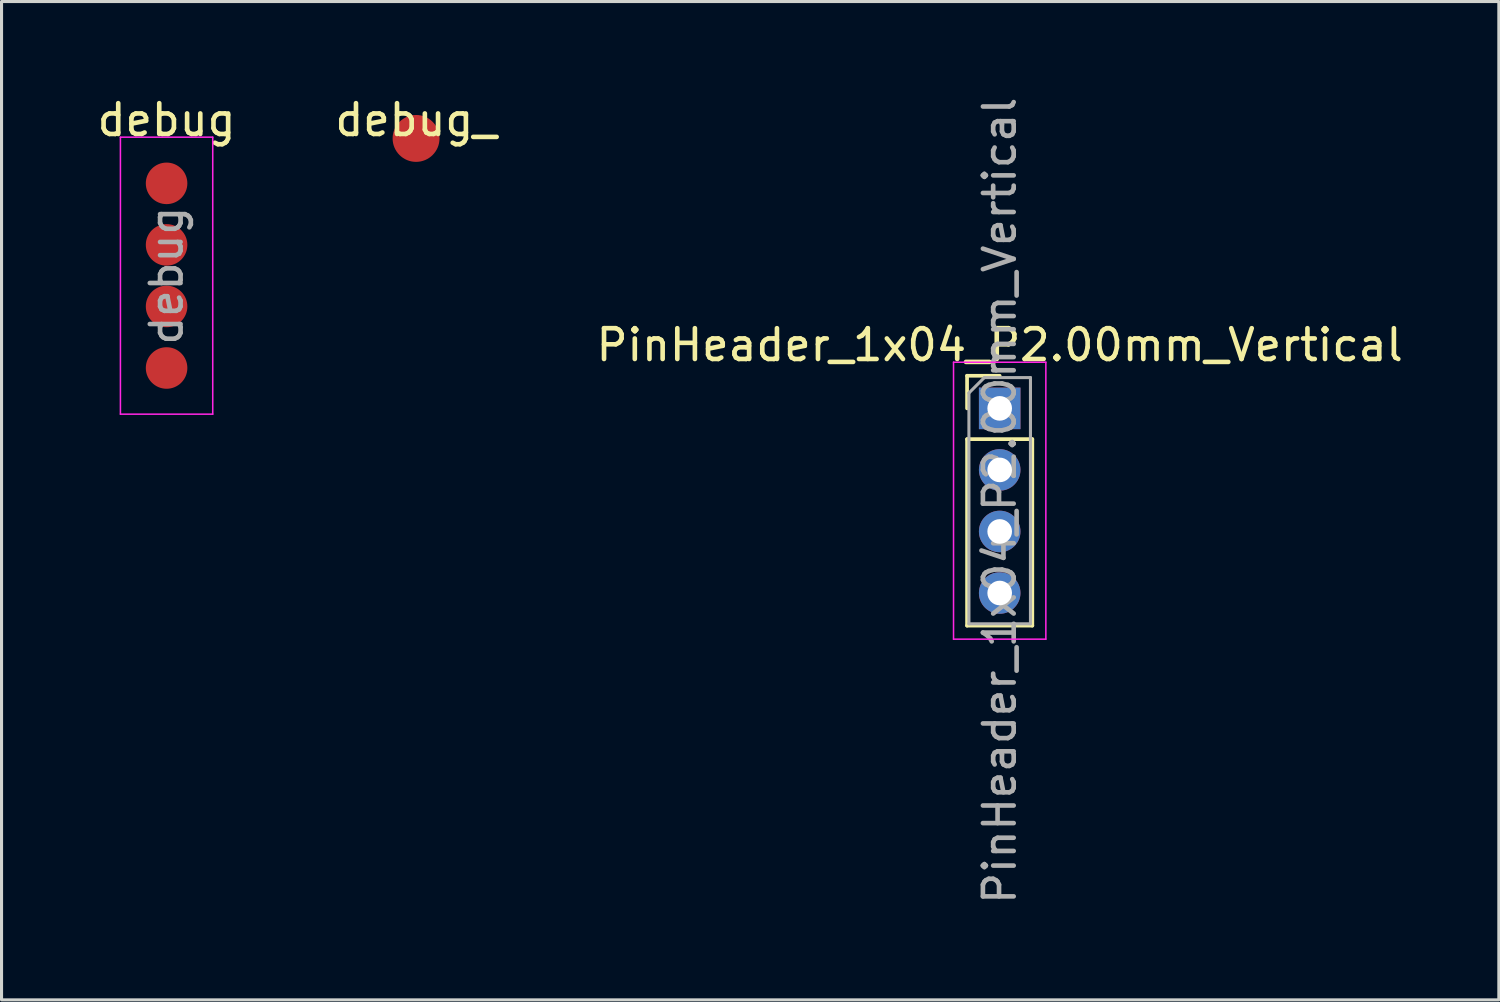
<source format=kicad_pcb>
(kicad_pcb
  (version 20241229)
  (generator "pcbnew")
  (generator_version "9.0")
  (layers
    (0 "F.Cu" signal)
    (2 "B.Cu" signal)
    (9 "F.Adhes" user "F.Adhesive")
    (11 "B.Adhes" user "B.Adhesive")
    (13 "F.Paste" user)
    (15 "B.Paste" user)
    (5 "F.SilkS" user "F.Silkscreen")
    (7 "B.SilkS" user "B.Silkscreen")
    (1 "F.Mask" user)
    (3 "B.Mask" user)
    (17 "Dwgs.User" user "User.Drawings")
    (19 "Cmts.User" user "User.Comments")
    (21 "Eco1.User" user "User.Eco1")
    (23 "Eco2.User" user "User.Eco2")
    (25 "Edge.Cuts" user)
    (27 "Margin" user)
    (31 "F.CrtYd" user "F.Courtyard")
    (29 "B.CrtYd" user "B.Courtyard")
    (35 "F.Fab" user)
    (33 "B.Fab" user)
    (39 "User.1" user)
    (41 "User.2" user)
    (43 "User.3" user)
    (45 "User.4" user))
  (footprint "debug_"
    (layer "F.Cu")
    (at 10.47 1.448)
    (property "Reference" "debug_" (at 0 -0.6 0) (layer "F.SilkS") (effects (font (size 1 1) (thickness 0.15))))
    (attr through_hole)
    (pad "1" smd circle (at 0 0) (size 1.524 1.524) (layers "F.Cu" "F.Mask" "F.Paste")))
  (footprint "debug"
    (layer "F.Cu")
    (at 2.363 2.908)
    (property "Reference" "debug" (at 0 -2.06 0) (layer "F.SilkS") (effects (font (size 1 1) (thickness 0.15))))
    (attr through_hole)
    (fp_line (start -1.5 -1.5) (end -1.5 7.5) (stroke (width 0.05) (type solid)) (layer "F.CrtYd"))
    (fp_line (start -1.5 7.5) (end 1.5 7.5) (stroke (width 0.05) (type solid)) (layer "F.CrtYd"))
    (fp_line (start 1.5 -1.5) (end -1.5 -1.5) (stroke (width 0.05) (type solid)) (layer "F.CrtYd"))
    (fp_line (start 1.5 7.5) (end 1.5 -1.5) (stroke (width 0.05) (type solid)) (layer "F.CrtYd"))
    (fp_text user "${REFERENCE}" (at 0 3 90) (layer "F.Fab") (effects (font (size 1 1) (thickness 0.15))))
    (pad "1" smd circle (at 0 0) (size 1.35 1.35) (layers "F.Cu" "F.Mask" "F.Paste"))
    (pad "2" smd circle (at 0 2) (size 1.35 1.35) (layers "F.Cu" "F.Mask" "F.Paste"))
    (pad "3" smd circle (at 0 4) (size 1.35 1.35) (layers "F.Cu" "F.Mask" "F.Paste"))
    (pad "4" smd circle (at 0 6) (size 1.35 1.35) (layers "F.Cu" "F.Mask" "F.Paste")))
  (footprint "PinHeader_1x04_P2.00mm_Vertical"
    (layer "F.Cu")
    (at 29.435 10.22)
    (property "Reference" "PinHeader_1x04_P2.00mm_Vertical" (at 0 -2.06 0) (layer "F.SilkS") (effects (font (size 1 1) (thickness 0.15))))
    (attr through_hole)
    (fp_line (start -1.06 -1.06) (end 0 -1.06) (stroke (width 0.12) (type solid)) (layer "F.SilkS"))
    (fp_line (start -1.06 0) (end -1.06 -1.06) (stroke (width 0.12) (type solid)) (layer "F.SilkS"))
    (fp_line (start -1.06 1) (end -1.06 7.06) (stroke (width 0.12) (type solid)) (layer "F.SilkS"))
    (fp_line (start -1.06 1) (end 1.06 1) (stroke (width 0.12) (type solid)) (layer "F.SilkS"))
    (fp_line (start -1.06 7.06) (end 1.06 7.06) (stroke (width 0.12) (type solid)) (layer "F.SilkS"))
    (fp_line (start 1.06 1) (end 1.06 7.06) (stroke (width 0.12) (type solid)) (layer "F.SilkS"))
    (fp_line (start -1.5 -1.5) (end -1.5 7.5) (stroke (width 0.05) (type solid)) (layer "F.CrtYd"))
    (fp_line (start -1.5 7.5) (end 1.5 7.5) (stroke (width 0.05) (type solid)) (layer "F.CrtYd"))
    (fp_line (start 1.5 -1.5) (end -1.5 -1.5) (stroke (width 0.05) (type solid)) (layer "F.CrtYd"))
    (fp_line (start 1.5 7.5) (end 1.5 -1.5) (stroke (width 0.05) (type solid)) (layer "F.CrtYd"))
    (fp_line (start -1 -0.5) (end -0.5 -1) (stroke (width 0.1) (type solid)) (layer "F.Fab"))
    (fp_line (start -1 7) (end -1 -0.5) (stroke (width 0.1) (type solid)) (layer "F.Fab"))
    (fp_line (start -0.5 -1) (end 1 -1) (stroke (width 0.1) (type solid)) (layer "F.Fab"))
    (fp_line (start 1 -1) (end 1 7) (stroke (width 0.1) (type solid)) (layer "F.Fab"))
    (fp_line (start 1 7) (end -1 7) (stroke (width 0.1) (type solid)) (layer "F.Fab"))
    (fp_text user "${REFERENCE}" (at 0 3 90) (layer "F.Fab") (effects (font (size 1 1) (thickness 0.15))))
    (pad "1" thru_hole rect (at 0 0) (size 1.35 1.35) (drill 0.8) (layers "*.Cu" "*.Mask"))
    (pad "2" thru_hole oval (at 0 2) (size 1.35 1.35) (drill 0.8) (layers "*.Cu" "*.Mask"))
    (pad "3" thru_hole oval (at 0 4) (size 1.35 1.35) (drill 0.8) (layers "*.Cu" "*.Mask"))
    (pad "4" thru_hole oval (at 0 6) (size 1.35 1.35) (drill 0.8) (layers "*.Cu" "*.Mask")))
  (gr_rect
    (start -3 -3)
    (end 45.655 29.44)
    (stroke (width 0.1) (type default))
    (fill no)
    (layer "Edge.Cuts")))
</source>
